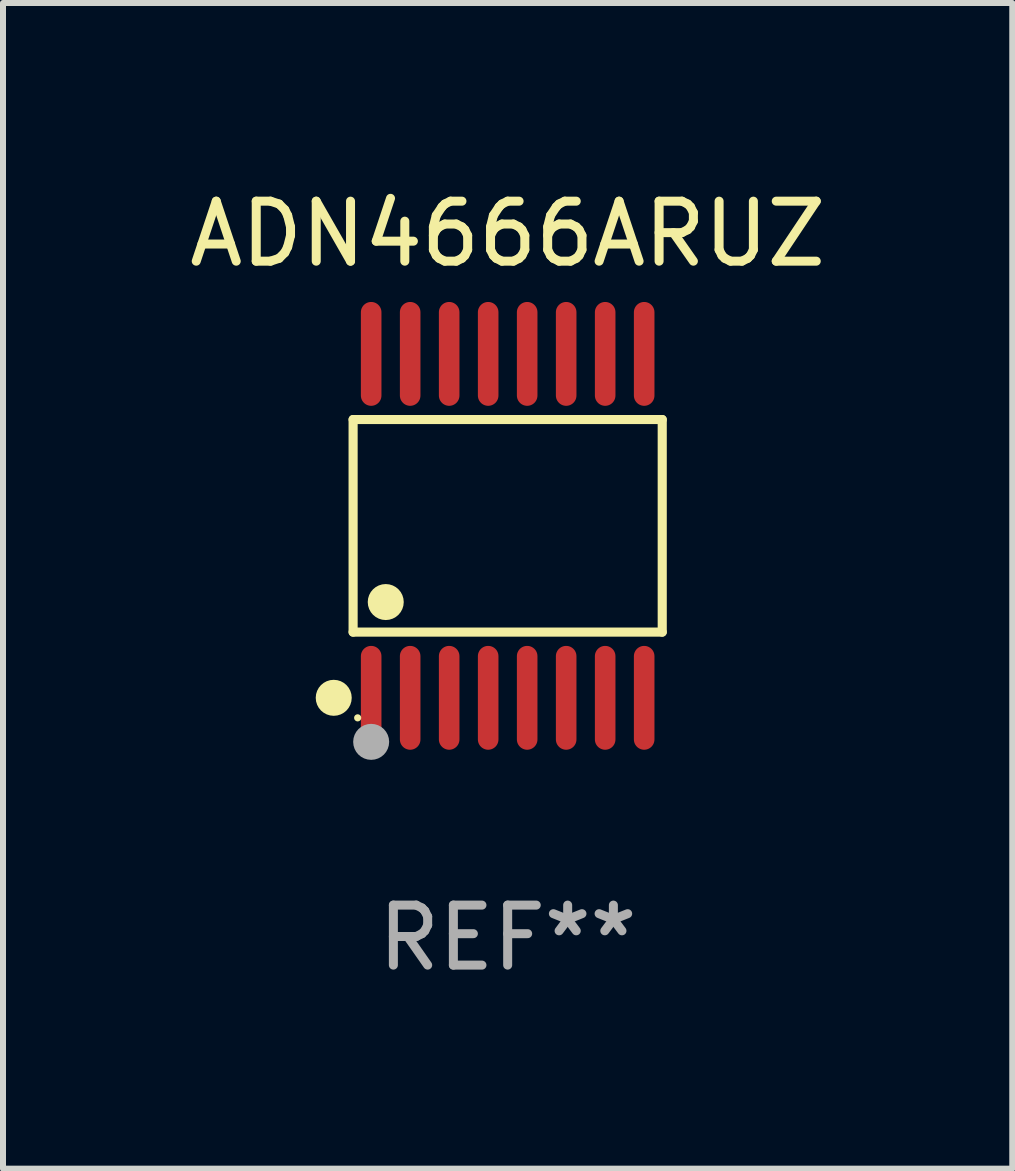
<source format=kicad_pcb>
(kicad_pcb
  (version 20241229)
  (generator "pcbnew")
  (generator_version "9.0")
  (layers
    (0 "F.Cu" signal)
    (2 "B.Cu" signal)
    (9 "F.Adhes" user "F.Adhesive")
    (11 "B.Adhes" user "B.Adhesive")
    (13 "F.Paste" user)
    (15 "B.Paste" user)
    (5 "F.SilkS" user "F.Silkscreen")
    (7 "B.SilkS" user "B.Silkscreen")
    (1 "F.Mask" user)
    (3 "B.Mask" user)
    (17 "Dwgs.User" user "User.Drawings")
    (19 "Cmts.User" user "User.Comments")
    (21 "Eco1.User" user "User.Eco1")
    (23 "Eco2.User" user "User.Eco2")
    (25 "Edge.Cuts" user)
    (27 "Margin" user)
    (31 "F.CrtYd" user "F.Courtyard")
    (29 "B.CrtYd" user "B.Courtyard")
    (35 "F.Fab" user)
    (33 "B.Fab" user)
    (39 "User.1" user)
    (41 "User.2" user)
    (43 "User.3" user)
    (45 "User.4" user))
  (footprint "ADN4666ARUZ"
    (layer "F.Cu")
    (at 5.411 5.714)
    (property "Reference" "ADN4666ARUZ" (at 0 -4.866 0) (layer "F.SilkS") (effects (font (size 1 1) (thickness 0.15))))
    (attr through_hole)
    (fp_line (start -2.576 -1.772) (end 2.576 -1.772) (stroke (width 0.152) (type solid)) (layer "F.SilkS"))
    (fp_line (start -2.576 1.771) (end -2.576 -1.772) (stroke (width 0.152) (type solid)) (layer "F.SilkS"))
    (fp_line (start 2.576 -1.772) (end 2.576 1.771) (stroke (width 0.152) (type solid)) (layer "F.SilkS"))
    (fp_line (start 2.576 1.771) (end -2.576 1.771) (stroke (width 0.152) (type solid)) (layer "F.SilkS"))
    (fp_circle (center -2.899 2.866) (end -2.749 2.866) (stroke (width 0.3) (type solid)) (fill no) (layer "F.SilkS"))
    (fp_circle (center -2.5 3.2) (end -2.47 3.2) (stroke (width 0.06) (type solid)) (fill no) (layer "F.SilkS"))
    (fp_circle (center -2.032 1.27) (end -1.882 1.27) (stroke (width 0.3) (type solid)) (fill no) (layer "F.SilkS"))
    (fp_circle (center -2.275 3.6) (end -2.125 3.6) (stroke (width 0.3) (type solid)) (fill no) (layer "F.Fab"))
    (fp_text user "REF**" (at 0 6.866 0) (layer "F.Fab") (effects (font (size 1 1) (thickness 0.15))))
    (pad "1" smd oval (at -2.275 2.866) (size 0.343 1.731) (layers "F.Cu" "F.Mask" "F.Paste"))
    (pad "2" smd oval (at -1.625 2.866) (size 0.343 1.731) (layers "F.Cu" "F.Mask" "F.Paste"))
    (pad "3" smd oval (at -0.975 2.866) (size 0.343 1.731) (layers "F.Cu" "F.Mask" "F.Paste"))
    (pad "4" smd oval (at -0.325 2.866) (size 0.343 1.731) (layers "F.Cu" "F.Mask" "F.Paste"))
    (pad "5" smd oval (at 0.325 2.866) (size 0.343 1.731) (layers "F.Cu" "F.Mask" "F.Paste"))
    (pad "6" smd oval (at 0.975 2.866) (size 0.343 1.731) (layers "F.Cu" "F.Mask" "F.Paste"))
    (pad "7" smd oval (at 1.625 2.866) (size 0.343 1.731) (layers "F.Cu" "F.Mask" "F.Paste"))
    (pad "8" smd oval (at 2.275 2.866) (size 0.343 1.731) (layers "F.Cu" "F.Mask" "F.Paste"))
    (pad "9" smd oval (at 2.275 -2.866) (size 0.343 1.731) (layers "F.Cu" "F.Mask" "F.Paste"))
    (pad "10" smd oval (at 1.625 -2.866) (size 0.343 1.731) (layers "F.Cu" "F.Mask" "F.Paste"))
    (pad "11" smd oval (at 0.975 -2.866) (size 0.343 1.731) (layers "F.Cu" "F.Mask" "F.Paste"))
    (pad "12" smd oval (at 0.325 -2.866) (size 0.343 1.731) (layers "F.Cu" "F.Mask" "F.Paste"))
    (pad "13" smd oval (at -0.325 -2.866) (size 0.343 1.731) (layers "F.Cu" "F.Mask" "F.Paste"))
    (pad "14" smd oval (at -0.975 -2.866) (size 0.343 1.731) (layers "F.Cu" "F.Mask" "F.Paste"))
    (pad "15" smd oval (at -1.625 -2.866) (size 0.343 1.731) (layers "F.Cu" "F.Mask" "F.Paste"))
    (pad "16" smd oval (at -2.275 -2.866) (size 0.343 1.731) (layers "F.Cu" "F.Mask" "F.Paste")))
  (gr_rect
    (start -3 -3)
    (end 13.821 16.428)
    (stroke (width 0.1) (type default))
    (fill no)
    (layer "Edge.Cuts")))
</source>
